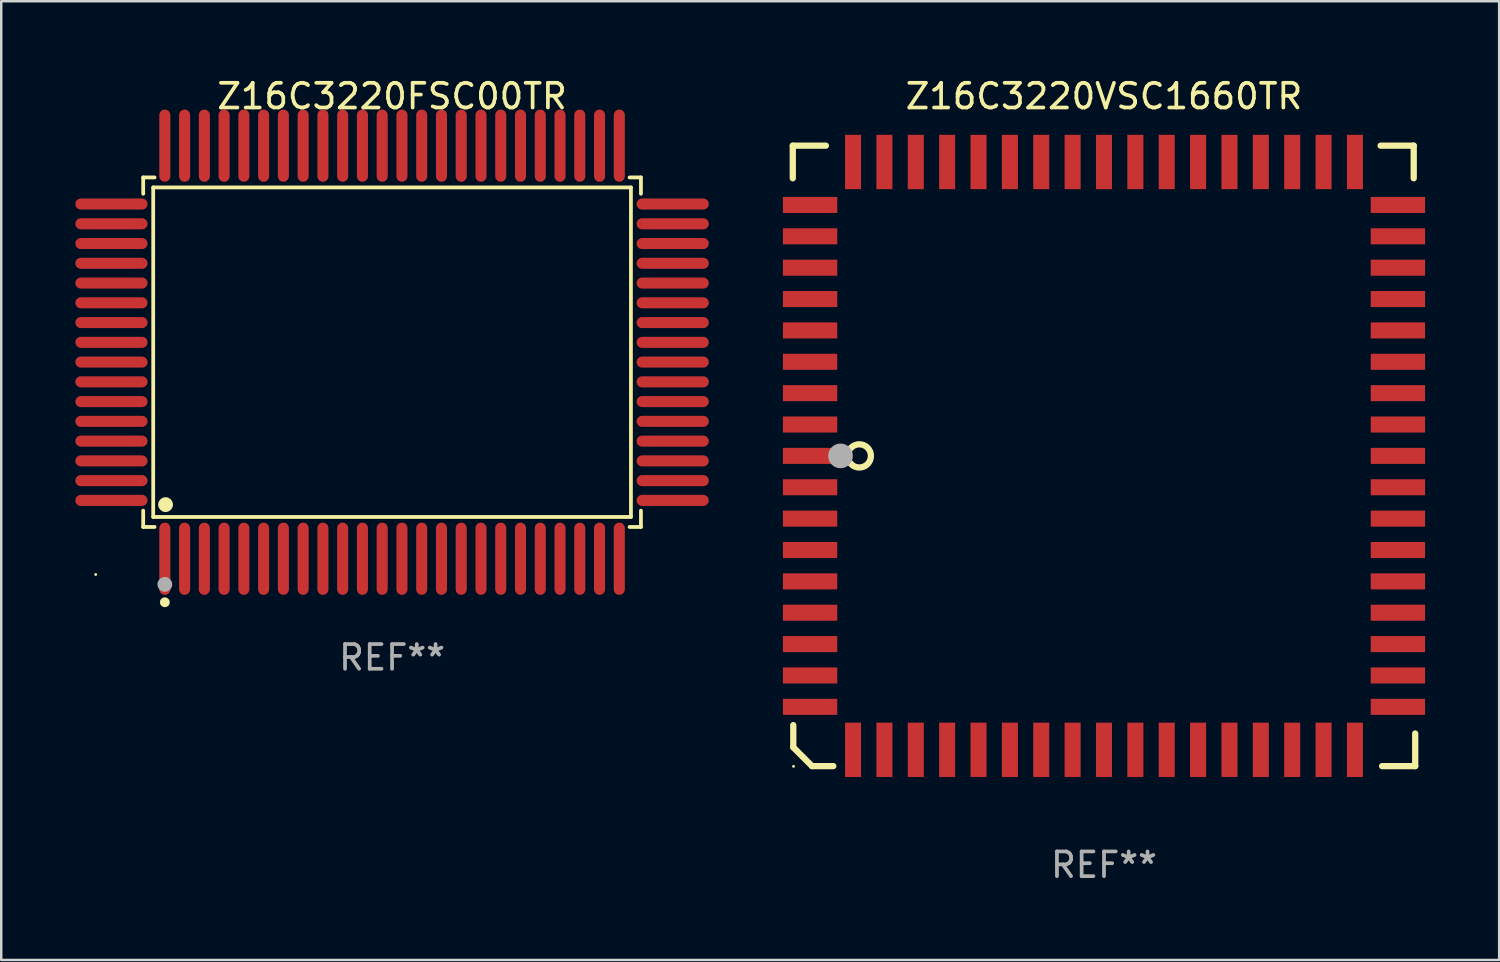
<source format=kicad_pcb>
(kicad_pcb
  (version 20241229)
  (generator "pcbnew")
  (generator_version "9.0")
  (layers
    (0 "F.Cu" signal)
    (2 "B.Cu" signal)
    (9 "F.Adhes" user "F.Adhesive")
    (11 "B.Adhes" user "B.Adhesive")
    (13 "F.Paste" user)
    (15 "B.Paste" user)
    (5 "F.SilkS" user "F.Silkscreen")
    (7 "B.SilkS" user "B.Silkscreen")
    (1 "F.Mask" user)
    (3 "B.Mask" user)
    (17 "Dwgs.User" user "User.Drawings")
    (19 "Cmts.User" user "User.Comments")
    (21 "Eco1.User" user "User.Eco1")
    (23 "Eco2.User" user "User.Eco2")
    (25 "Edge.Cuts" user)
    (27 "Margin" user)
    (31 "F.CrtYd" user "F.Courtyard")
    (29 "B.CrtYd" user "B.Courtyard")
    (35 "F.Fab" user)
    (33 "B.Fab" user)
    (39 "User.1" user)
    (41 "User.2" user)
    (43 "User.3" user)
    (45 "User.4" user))
  (footprint "Z16C3220VSC1660TR"
    (layer "F.Cu")
    (at 41.648 15.408)
    (property "Reference" "Z16C3220VSC1660TR" (at 0 -14.56 0) (layer "F.SilkS") (effects (font (size 1 1) (thickness 0.15))))
    (attr through_hole)
    (fp_line (start -12.6 -12.56) (end -12.6 -11.24) (stroke (width 0.254) (type solid)) (layer "F.SilkS"))
    (fp_line (start -12.58 10.9) (end -12.58 11.8) (stroke (width 0.254) (type solid)) (layer "F.SilkS"))
    (fp_line (start -12.58 11.8) (end -11.82 12.56) (stroke (width 0.254) (type solid)) (layer "F.SilkS"))
    (fp_line (start -11.82 12.56) (end -10.96 12.56) (stroke (width 0.254) (type solid)) (layer "F.SilkS"))
    (fp_line (start -11.26 -12.56) (end -12.6 -12.56) (stroke (width 0.254) (type solid)) (layer "F.SilkS"))
    (fp_line (start 11.2 -12.56) (end 12.54 -12.56) (stroke (width 0.254) (type solid)) (layer "F.SilkS"))
    (fp_line (start 11.26 12.56) (end 12.6 12.56) (stroke (width 0.254) (type solid)) (layer "F.SilkS"))
    (fp_line (start 12.54 -12.56) (end 12.54 -11.24) (stroke (width 0.254) (type solid)) (layer "F.SilkS"))
    (fp_line (start 12.6 12.56) (end 12.6 11.24) (stroke (width 0.254) (type solid)) (layer "F.SilkS"))
    (fp_circle (center -12.57 12.57) (end -12.54 12.57) (stroke (width 0.06) (type solid)) (fill no) (layer "F.SilkS"))
    (fp_circle (center -9.906 0) (end -9.436 0) (stroke (width 0.254) (type solid)) (fill no) (layer "F.SilkS"))
    (fp_circle (center -10.668 0) (end -10.418 0) (stroke (width 0.5) (type solid)) (fill no) (layer "F.Fab"))
    (fp_text user "REF**" (at 0 16.56 0) (layer "F.Fab") (effects (font (size 1 1) (thickness 0.15))))
    (pad "1" smd rect (at -11.9 -0.000076 270) (size 0.65 2.2) (layers "F.Cu" "F.Mask" "F.Paste"))
    (pad "2" smd rect (at -11.9 1.27 270) (size 0.65 2.2) (layers "F.Cu" "F.Mask" "F.Paste"))
    (pad "3" smd rect (at -11.9 2.54 270) (size 0.65 2.2) (layers "F.Cu" "F.Mask" "F.Paste"))
    (pad "4" smd rect (at -11.9 3.81 270) (size 0.65 2.2) (layers "F.Cu" "F.Mask" "F.Paste"))
    (pad "5" smd rect (at -11.9 5.08 270) (size 0.65 2.2) (layers "F.Cu" "F.Mask" "F.Paste"))
    (pad "6" smd rect (at -11.9 6.35 270) (size 0.65 2.2) (layers "F.Cu" "F.Mask" "F.Paste"))
    (pad "7" smd rect (at -11.9 7.62 270) (size 0.65 2.2) (layers "F.Cu" "F.Mask" "F.Paste"))
    (pad "8" smd rect (at -11.9 8.89 270) (size 0.65 2.2) (layers "F.Cu" "F.Mask" "F.Paste"))
    (pad "9" smd rect (at -11.9 10.16 270) (size 0.65 2.2) (layers "F.Cu" "F.Mask" "F.Paste"))
    (pad "10" smd rect (at -10.16 11.9 270) (size 2.2 0.65) (layers "F.Cu" "F.Mask" "F.Paste"))
    (pad "11" smd rect (at -8.89 11.9 270) (size 2.2 0.65) (layers "F.Cu" "F.Mask" "F.Paste"))
    (pad "12" smd rect (at -7.62 11.9 270) (size 2.2 0.65) (layers "F.Cu" "F.Mask" "F.Paste"))
    (pad "13" smd rect (at -6.35 11.9 270) (size 2.2 0.65) (layers "F.Cu" "F.Mask" "F.Paste"))
    (pad "14" smd rect (at -5.08 11.9 270) (size 2.2 0.65) (layers "F.Cu" "F.Mask" "F.Paste"))
    (pad "15" smd rect (at -3.81 11.9 270) (size 2.2 0.65) (layers "F.Cu" "F.Mask" "F.Paste"))
    (pad "16" smd rect (at -2.54 11.9 270) (size 2.2 0.65) (layers "F.Cu" "F.Mask" "F.Paste"))
    (pad "17" smd rect (at -1.27 11.9 270) (size 2.2 0.65) (layers "F.Cu" "F.Mask" "F.Paste"))
    (pad "18" smd rect (at 0 11.9 270) (size 2.2 0.65) (layers "F.Cu" "F.Mask" "F.Paste"))
    (pad "19" smd rect (at 1.27 11.9 270) (size 2.2 0.65) (layers "F.Cu" "F.Mask" "F.Paste"))
    (pad "20" smd rect (at 2.54 11.9 270) (size 2.2 0.65) (layers "F.Cu" "F.Mask" "F.Paste"))
    (pad "21" smd rect (at 3.81 11.9 270) (size 2.2 0.65) (layers "F.Cu" "F.Mask" "F.Paste"))
    (pad "22" smd rect (at 5.08 11.9 270) (size 2.2 0.65) (layers "F.Cu" "F.Mask" "F.Paste"))
    (pad "23" smd rect (at 6.35 11.9 270) (size 2.2 0.65) (layers "F.Cu" "F.Mask" "F.Paste"))
    (pad "24" smd rect (at 7.62 11.9 270) (size 2.2 0.65) (layers "F.Cu" "F.Mask" "F.Paste"))
    (pad "25" smd rect (at 8.89 11.9 270) (size 2.2 0.65) (layers "F.Cu" "F.Mask" "F.Paste"))
    (pad "26" smd rect (at 10.16 11.9 270) (size 2.2 0.65) (layers "F.Cu" "F.Mask" "F.Paste"))
    (pad "27" smd rect (at 11.9 10.16 270) (size 0.65 2.2) (layers "F.Cu" "F.Mask" "F.Paste"))
    (pad "28" smd rect (at 11.9 8.89 270) (size 0.65 2.2) (layers "F.Cu" "F.Mask" "F.Paste"))
    (pad "29" smd rect (at 11.9 7.62 270) (size 0.65 2.2) (layers "F.Cu" "F.Mask" "F.Paste"))
    (pad "30" smd rect (at 11.9 6.35 270) (size 0.65 2.2) (layers "F.Cu" "F.Mask" "F.Paste"))
    (pad "31" smd rect (at 11.9 5.08 270) (size 0.65 2.2) (layers "F.Cu" "F.Mask" "F.Paste"))
    (pad "32" smd rect (at 11.9 3.81 270) (size 0.65 2.2) (layers "F.Cu" "F.Mask" "F.Paste"))
    (pad "33" smd rect (at 11.9 2.54 270) (size 0.65 2.2) (layers "F.Cu" "F.Mask" "F.Paste"))
    (pad "34" smd rect (at 11.9 1.27 270) (size 0.65 2.2) (layers "F.Cu" "F.Mask" "F.Paste"))
    (pad "35" smd rect (at 11.9 -0.000076 270) (size 0.65 2.2) (layers "F.Cu" "F.Mask" "F.Paste"))
    (pad "36" smd rect (at 11.9 -1.27 270) (size 0.65 2.2) (layers "F.Cu" "F.Mask" "F.Paste"))
    (pad "37" smd rect (at 11.9 -2.54 270) (size 0.65 2.2) (layers "F.Cu" "F.Mask" "F.Paste"))
    (pad "38" smd rect (at 11.9 -3.81 270) (size 0.65 2.2) (layers "F.Cu" "F.Mask" "F.Paste"))
    (pad "39" smd rect (at 11.9 -5.08 270) (size 0.65 2.2) (layers "F.Cu" "F.Mask" "F.Paste"))
    (pad "40" smd rect (at 11.9 -6.35 270) (size 0.65 2.2) (layers "F.Cu" "F.Mask" "F.Paste"))
    (pad "41" smd rect (at 11.9 -7.62 270) (size 0.65 2.2) (layers "F.Cu" "F.Mask" "F.Paste"))
    (pad "42" smd rect (at 11.9 -8.89 270) (size 0.65 2.2) (layers "F.Cu" "F.Mask" "F.Paste"))
    (pad "43" smd rect (at 11.9 -10.16 270) (size 0.65 2.2) (layers "F.Cu" "F.Mask" "F.Paste"))
    (pad "44" smd rect (at 10.16 -11.9 270) (size 2.2 0.65) (layers "F.Cu" "F.Mask" "F.Paste"))
    (pad "45" smd rect (at 8.89 -11.9 270) (size 2.2 0.65) (layers "F.Cu" "F.Mask" "F.Paste"))
    (pad "46" smd rect (at 7.62 -11.9 270) (size 2.2 0.65) (layers "F.Cu" "F.Mask" "F.Paste"))
    (pad "47" smd rect (at 6.35 -11.9 270) (size 2.2 0.65) (layers "F.Cu" "F.Mask" "F.Paste"))
    (pad "48" smd rect (at 5.08 -11.9 270) (size 2.2 0.65) (layers "F.Cu" "F.Mask" "F.Paste"))
    (pad "49" smd rect (at 3.81 -11.9 270) (size 2.2 0.65) (layers "F.Cu" "F.Mask" "F.Paste"))
    (pad "50" smd rect (at 2.54 -11.9 270) (size 2.2 0.65) (layers "F.Cu" "F.Mask" "F.Paste"))
    (pad "51" smd rect (at 1.27 -11.9 270) (size 2.2 0.65) (layers "F.Cu" "F.Mask" "F.Paste"))
    (pad "52" smd rect (at 0 -11.9 270) (size 2.2 0.65) (layers "F.Cu" "F.Mask" "F.Paste"))
    (pad "53" smd rect (at -1.27 -11.9 270) (size 2.2 0.65) (layers "F.Cu" "F.Mask" "F.Paste"))
    (pad "54" smd rect (at -2.54 -11.9 270) (size 2.2 0.65) (layers "F.Cu" "F.Mask" "F.Paste"))
    (pad "55" smd rect (at -3.81 -11.9 270) (size 2.2 0.65) (layers "F.Cu" "F.Mask" "F.Paste"))
    (pad "56" smd rect (at -5.08 -11.9 270) (size 2.2 0.65) (layers "F.Cu" "F.Mask" "F.Paste"))
    (pad "57" smd rect (at -6.35 -11.9 270) (size 2.2 0.65) (layers "F.Cu" "F.Mask" "F.Paste"))
    (pad "58" smd rect (at -7.62 -11.9 270) (size 2.2 0.65) (layers "F.Cu" "F.Mask" "F.Paste"))
    (pad "59" smd rect (at -8.89 -11.9 270) (size 2.2 0.65) (layers "F.Cu" "F.Mask" "F.Paste"))
    (pad "60" smd rect (at -10.16 -11.9 270) (size 2.2 0.65) (layers "F.Cu" "F.Mask" "F.Paste"))
    (pad "61" smd rect (at -11.9 -10.16 270) (size 0.65 2.2) (layers "F.Cu" "F.Mask" "F.Paste"))
    (pad "62" smd rect (at -11.9 -8.89 270) (size 0.65 2.2) (layers "F.Cu" "F.Mask" "F.Paste"))
    (pad "63" smd rect (at -11.9 -7.62 270) (size 0.65 2.2) (layers "F.Cu" "F.Mask" "F.Paste"))
    (pad "64" smd rect (at -11.9 -6.35 270) (size 0.65 2.2) (layers "F.Cu" "F.Mask" "F.Paste"))
    (pad "65" smd rect (at -11.9 -5.08 270) (size 0.65 2.2) (layers "F.Cu" "F.Mask" "F.Paste"))
    (pad "66" smd rect (at -11.9 -3.81 270) (size 0.65 2.2) (layers "F.Cu" "F.Mask" "F.Paste"))
    (pad "67" smd rect (at -11.9 -2.54 270) (size 0.65 2.2) (layers "F.Cu" "F.Mask" "F.Paste"))
    (pad "68" smd rect (at -11.9 -1.27 270) (size 0.65 2.2) (layers "F.Cu" "F.Mask" "F.Paste")))
  (footprint "Z16C3220FSC00TR"
    (layer "F.Cu")
    (at 12.824 11.21)
    (property "Reference" "Z16C3220FSC00TR" (at 0 -10.362 0) (layer "F.SilkS") (effects (font (size 1 1) (thickness 0.15))))
    (attr through_hole)
    (fp_line (start -10.076 -7.076) (end -9.615 -7.076) (stroke (width 0.152) (type solid)) (layer "F.SilkS"))
    (fp_line (start -10.076 -6.415) (end -10.076 -7.076) (stroke (width 0.152) (type solid)) (layer "F.SilkS"))
    (fp_line (start -10.076 6.415) (end -10.076 7.076) (stroke (width 0.152) (type solid)) (layer "F.SilkS"))
    (fp_line (start -10.076 7.076) (end -9.615 7.076) (stroke (width 0.152) (type solid)) (layer "F.SilkS"))
    (fp_line (start -9.671 -6.671) (end 9.671 -6.671) (stroke (width 0.152) (type solid)) (layer "F.SilkS"))
    (fp_line (start -9.671 6.671) (end -9.671 -6.671) (stroke (width 0.152) (type solid)) (layer "F.SilkS"))
    (fp_line (start 9.671 -6.671) (end 9.671 6.671) (stroke (width 0.152) (type solid)) (layer "F.SilkS"))
    (fp_line (start 9.671 6.671) (end -9.671 6.671) (stroke (width 0.152) (type solid)) (layer "F.SilkS"))
    (fp_line (start 10.076 -7.076) (end 9.615 -7.076) (stroke (width 0.152) (type solid)) (layer "F.SilkS"))
    (fp_line (start 10.076 -6.415) (end 10.076 -7.076) (stroke (width 0.152) (type solid)) (layer "F.SilkS"))
    (fp_line (start 10.076 6.415) (end 10.076 7.076) (stroke (width 0.152) (type solid)) (layer "F.SilkS"))
    (fp_line (start 10.076 7.076) (end 9.615 7.076) (stroke (width 0.152) (type solid)) (layer "F.SilkS"))
    (fp_circle (center -12 9) (end -11.97 9) (stroke (width 0.06) (type solid)) (fill no) (layer "F.SilkS"))
    (fp_circle (center -9.2 10.124) (end -9.1 10.124) (stroke (width 0.2) (type solid)) (fill no) (layer "F.SilkS"))
    (fp_circle (center -9.171 6.171) (end -9.021 6.171) (stroke (width 0.3) (type solid)) (fill no) (layer "F.SilkS"))
    (fp_circle (center -9.2 9.4) (end -9.05 9.4) (stroke (width 0.3) (type solid)) (fill no) (layer "F.Fab"))
    (fp_text user "REF**" (at 0 12.362 0) (layer "F.Fab") (effects (font (size 1 1) (thickness 0.15))))
    (pad "1" smd oval (at -9.2 8.362) (size 0.448 2.924) (layers "F.Cu" "F.Mask" "F.Paste"))
    (pad "2" smd oval (at -8.4 8.362) (size 0.448 2.924) (layers "F.Cu" "F.Mask" "F.Paste"))
    (pad "3" smd oval (at -7.6 8.362) (size 0.448 2.924) (layers "F.Cu" "F.Mask" "F.Paste"))
    (pad "4" smd oval (at -6.8 8.362) (size 0.448 2.924) (layers "F.Cu" "F.Mask" "F.Paste"))
    (pad "5" smd oval (at -6 8.362) (size 0.448 2.924) (layers "F.Cu" "F.Mask" "F.Paste"))
    (pad "6" smd oval (at -5.2 8.362) (size 0.448 2.924) (layers "F.Cu" "F.Mask" "F.Paste"))
    (pad "7" smd oval (at -4.4 8.362) (size 0.448 2.924) (layers "F.Cu" "F.Mask" "F.Paste"))
    (pad "8" smd oval (at -3.6 8.362) (size 0.448 2.924) (layers "F.Cu" "F.Mask" "F.Paste"))
    (pad "9" smd oval (at -2.8 8.362) (size 0.448 2.924) (layers "F.Cu" "F.Mask" "F.Paste"))
    (pad "10" smd oval (at -2 8.362) (size 0.448 2.924) (layers "F.Cu" "F.Mask" "F.Paste"))
    (pad "11" smd oval (at -1.2 8.362) (size 0.448 2.924) (layers "F.Cu" "F.Mask" "F.Paste"))
    (pad "12" smd oval (at -0.4 8.362) (size 0.448 2.924) (layers "F.Cu" "F.Mask" "F.Paste"))
    (pad "13" smd oval (at 0.4 8.362) (size 0.448 2.924) (layers "F.Cu" "F.Mask" "F.Paste"))
    (pad "14" smd oval (at 1.2 8.362) (size 0.448 2.924) (layers "F.Cu" "F.Mask" "F.Paste"))
    (pad "15" smd oval (at 2 8.362) (size 0.448 2.924) (layers "F.Cu" "F.Mask" "F.Paste"))
    (pad "16" smd oval (at 2.8 8.362) (size 0.448 2.924) (layers "F.Cu" "F.Mask" "F.Paste"))
    (pad "17" smd oval (at 3.6 8.362) (size 0.448 2.924) (layers "F.Cu" "F.Mask" "F.Paste"))
    (pad "18" smd oval (at 4.4 8.362) (size 0.448 2.924) (layers "F.Cu" "F.Mask" "F.Paste"))
    (pad "19" smd oval (at 5.2 8.362) (size 0.448 2.924) (layers "F.Cu" "F.Mask" "F.Paste"))
    (pad "20" smd oval (at 6 8.362) (size 0.448 2.924) (layers "F.Cu" "F.Mask" "F.Paste"))
    (pad "21" smd oval (at 6.8 8.362) (size 0.448 2.924) (layers "F.Cu" "F.Mask" "F.Paste"))
    (pad "22" smd oval (at 7.6 8.362) (size 0.448 2.924) (layers "F.Cu" "F.Mask" "F.Paste"))
    (pad "23" smd oval (at 8.4 8.362) (size 0.448 2.924) (layers "F.Cu" "F.Mask" "F.Paste"))
    (pad "24" smd oval (at 9.2 8.362) (size 0.448 2.924) (layers "F.Cu" "F.Mask" "F.Paste"))
    (pad "25" smd oval (at 11.362 6) (size 2.924 0.448) (layers "F.Cu" "F.Mask" "F.Paste"))
    (pad "26" smd oval (at 11.362 5.2) (size 2.924 0.448) (layers "F.Cu" "F.Mask" "F.Paste"))
    (pad "27" smd oval (at 11.362 4.4) (size 2.924 0.448) (layers "F.Cu" "F.Mask" "F.Paste"))
    (pad "28" smd oval (at 11.362 3.6) (size 2.924 0.448) (layers "F.Cu" "F.Mask" "F.Paste"))
    (pad "29" smd oval (at 11.362 2.8) (size 2.924 0.448) (layers "F.Cu" "F.Mask" "F.Paste"))
    (pad "30" smd oval (at 11.362 2) (size 2.924 0.448) (layers "F.Cu" "F.Mask" "F.Paste"))
    (pad "31" smd oval (at 11.362 1.2) (size 2.924 0.448) (layers "F.Cu" "F.Mask" "F.Paste"))
    (pad "32" smd oval (at 11.362 0.4) (size 2.924 0.448) (layers "F.Cu" "F.Mask" "F.Paste"))
    (pad "33" smd oval (at 11.362 -0.4) (size 2.924 0.448) (layers "F.Cu" "F.Mask" "F.Paste"))
    (pad "34" smd oval (at 11.362 -1.2) (size 2.924 0.448) (layers "F.Cu" "F.Mask" "F.Paste"))
    (pad "35" smd oval (at 11.362 -2) (size 2.924 0.448) (layers "F.Cu" "F.Mask" "F.Paste"))
    (pad "36" smd oval (at 11.362 -2.8) (size 2.924 0.448) (layers "F.Cu" "F.Mask" "F.Paste"))
    (pad "37" smd oval (at 11.362 -3.6) (size 2.924 0.448) (layers "F.Cu" "F.Mask" "F.Paste"))
    (pad "38" smd oval (at 11.362 -4.4) (size 2.924 0.448) (layers "F.Cu" "F.Mask" "F.Paste"))
    (pad "39" smd oval (at 11.362 -5.2) (size 2.924 0.448) (layers "F.Cu" "F.Mask" "F.Paste"))
    (pad "40" smd oval (at 11.362 -6) (size 2.924 0.448) (layers "F.Cu" "F.Mask" "F.Paste"))
    (pad "41" smd oval (at 9.2 -8.362) (size 0.448 2.924) (layers "F.Cu" "F.Mask" "F.Paste"))
    (pad "42" smd oval (at 8.4 -8.362) (size 0.448 2.924) (layers "F.Cu" "F.Mask" "F.Paste"))
    (pad "43" smd oval (at 7.6 -8.362) (size 0.448 2.924) (layers "F.Cu" "F.Mask" "F.Paste"))
    (pad "44" smd oval (at 6.8 -8.362) (size 0.448 2.924) (layers "F.Cu" "F.Mask" "F.Paste"))
    (pad "45" smd oval (at 6 -8.362) (size 0.448 2.924) (layers "F.Cu" "F.Mask" "F.Paste"))
    (pad "46" smd oval (at 5.2 -8.362) (size 0.448 2.924) (layers "F.Cu" "F.Mask" "F.Paste"))
    (pad "47" smd oval (at 4.4 -8.362) (size 0.448 2.924) (layers "F.Cu" "F.Mask" "F.Paste"))
    (pad "48" smd oval (at 3.6 -8.362) (size 0.448 2.924) (layers "F.Cu" "F.Mask" "F.Paste"))
    (pad "49" smd oval (at 2.8 -8.362) (size 0.448 2.924) (layers "F.Cu" "F.Mask" "F.Paste"))
    (pad "50" smd oval (at 2 -8.362) (size 0.448 2.924) (layers "F.Cu" "F.Mask" "F.Paste"))
    (pad "51" smd oval (at 1.2 -8.362) (size 0.448 2.924) (layers "F.Cu" "F.Mask" "F.Paste"))
    (pad "52" smd oval (at 0.4 -8.362) (size 0.448 2.924) (layers "F.Cu" "F.Mask" "F.Paste"))
    (pad "53" smd oval (at -0.4 -8.362) (size 0.448 2.924) (layers "F.Cu" "F.Mask" "F.Paste"))
    (pad "54" smd oval (at -1.2 -8.362) (size 0.448 2.924) (layers "F.Cu" "F.Mask" "F.Paste"))
    (pad "55" smd oval (at -2 -8.362) (size 0.448 2.924) (layers "F.Cu" "F.Mask" "F.Paste"))
    (pad "56" smd oval (at -2.8 -8.362) (size 0.448 2.924) (layers "F.Cu" "F.Mask" "F.Paste"))
    (pad "57" smd oval (at -3.6 -8.362) (size 0.448 2.924) (layers "F.Cu" "F.Mask" "F.Paste"))
    (pad "58" smd oval (at -4.4 -8.362) (size 0.448 2.924) (layers "F.Cu" "F.Mask" "F.Paste"))
    (pad "59" smd oval (at -5.2 -8.362) (size 0.448 2.924) (layers "F.Cu" "F.Mask" "F.Paste"))
    (pad "60" smd oval (at -6 -8.362) (size 0.448 2.924) (layers "F.Cu" "F.Mask" "F.Paste"))
    (pad "61" smd oval (at -6.8 -8.362) (size 0.448 2.924) (layers "F.Cu" "F.Mask" "F.Paste"))
    (pad "62" smd oval (at -7.6 -8.362) (size 0.448 2.924) (layers "F.Cu" "F.Mask" "F.Paste"))
    (pad "63" smd oval (at -8.4 -8.362) (size 0.448 2.924) (layers "F.Cu" "F.Mask" "F.Paste"))
    (pad "64" smd oval (at -9.2 -8.362) (size 0.448 2.924) (layers "F.Cu" "F.Mask" "F.Paste"))
    (pad "65" smd oval (at -11.362 -6) (size 2.924 0.448) (layers "F.Cu" "F.Mask" "F.Paste"))
    (pad "66" smd oval (at -11.362 -5.2) (size 2.924 0.448) (layers "F.Cu" "F.Mask" "F.Paste"))
    (pad "67" smd oval (at -11.362 -4.4) (size 2.924 0.448) (layers "F.Cu" "F.Mask" "F.Paste"))
    (pad "68" smd oval (at -11.362 -3.6) (size 2.924 0.448) (layers "F.Cu" "F.Mask" "F.Paste"))
    (pad "69" smd oval (at -11.362 -2.8) (size 2.924 0.448) (layers "F.Cu" "F.Mask" "F.Paste"))
    (pad "70" smd oval (at -11.362 -2) (size 2.924 0.448) (layers "F.Cu" "F.Mask" "F.Paste"))
    (pad "71" smd oval (at -11.362 -1.2) (size 2.924 0.448) (layers "F.Cu" "F.Mask" "F.Paste"))
    (pad "72" smd oval (at -11.362 -0.4) (size 2.924 0.448) (layers "F.Cu" "F.Mask" "F.Paste"))
    (pad "73" smd oval (at -11.362 0.4) (size 2.924 0.448) (layers "F.Cu" "F.Mask" "F.Paste"))
    (pad "74" smd oval (at -11.362 1.2) (size 2.924 0.448) (layers "F.Cu" "F.Mask" "F.Paste"))
    (pad "75" smd oval (at -11.362 2) (size 2.924 0.448) (layers "F.Cu" "F.Mask" "F.Paste"))
    (pad "76" smd oval (at -11.362 2.8) (size 2.924 0.448) (layers "F.Cu" "F.Mask" "F.Paste"))
    (pad "77" smd oval (at -11.362 3.6) (size 2.924 0.448) (layers "F.Cu" "F.Mask" "F.Paste"))
    (pad "78" smd oval (at -11.362 4.4) (size 2.924 0.448) (layers "F.Cu" "F.Mask" "F.Paste"))
    (pad "79" smd oval (at -11.362 5.2) (size 2.924 0.448) (layers "F.Cu" "F.Mask" "F.Paste"))
    (pad "80" smd oval (at -11.362 6) (size 2.924 0.448) (layers "F.Cu" "F.Mask" "F.Paste")))
  (gr_rect
    (start -3 -3)
    (end 57.647 35.816)
    (stroke (width 0.1) (type default))
    (fill no)
    (layer "Edge.Cuts")))
</source>
